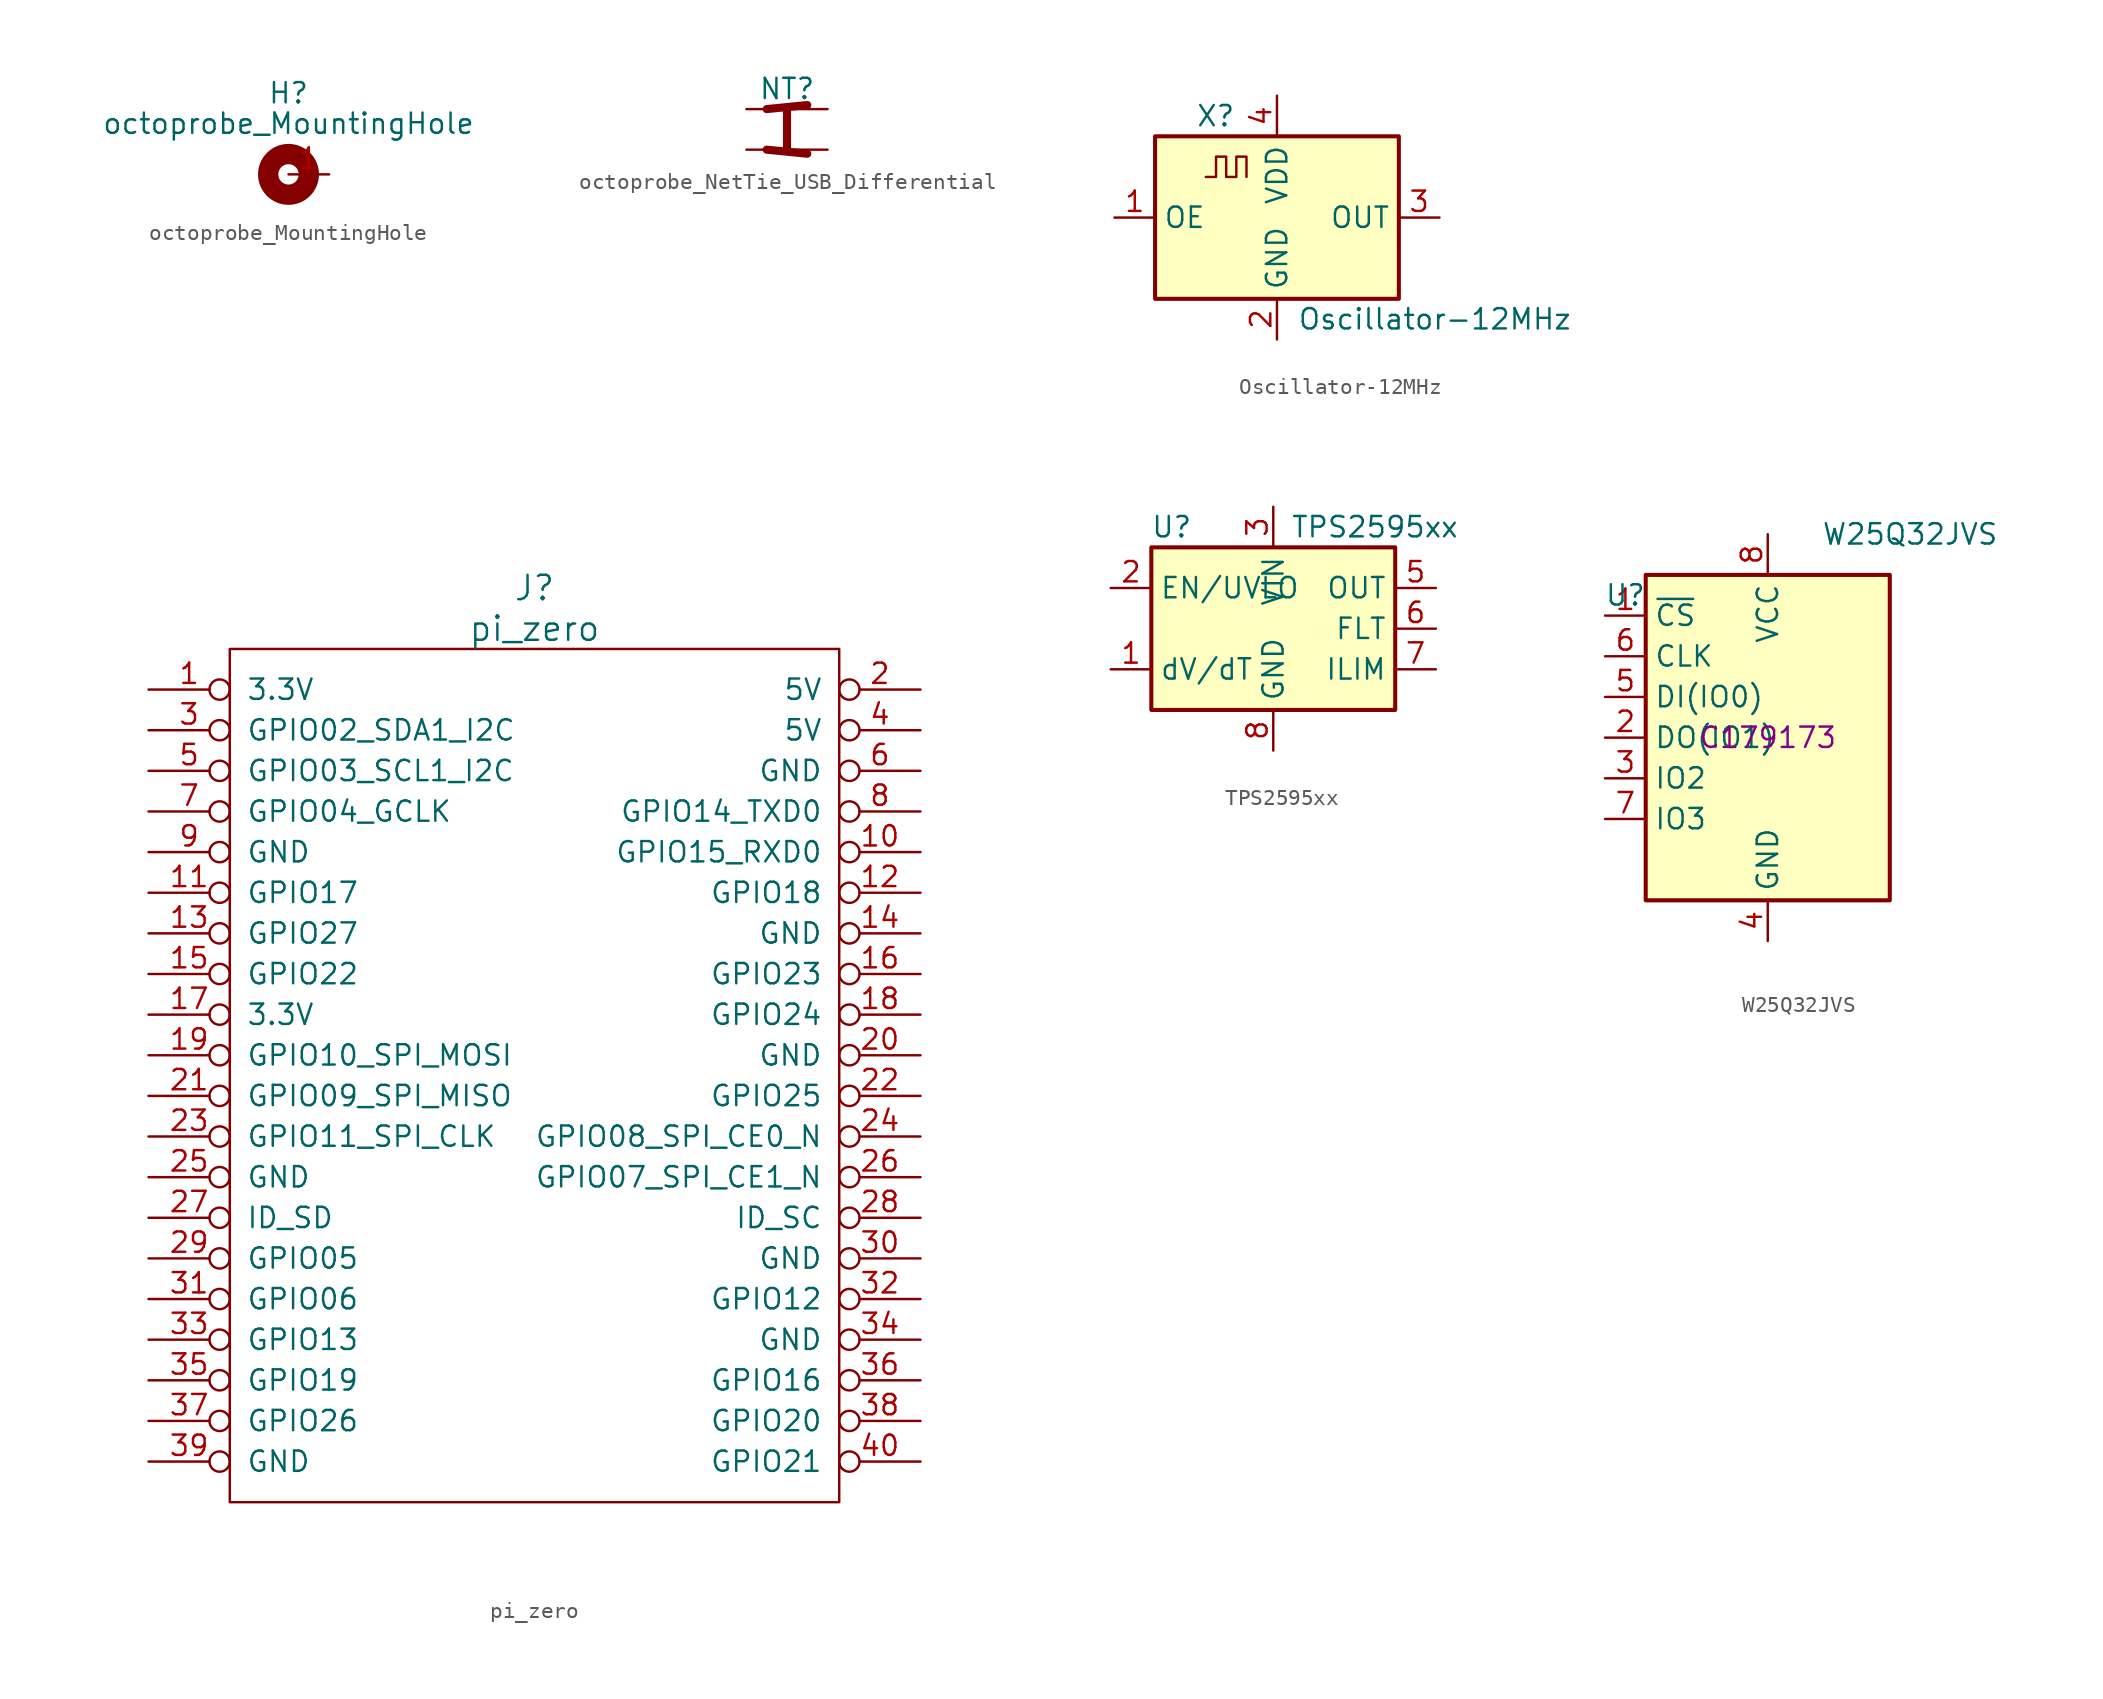
<source format=kicad_sym>
(kicad_symbol_lib
  (version 20241209)
  (generator "kicad_symbol_editor")
  (generator_version "9.0")
  (symbol "octoprobe_MountingHole"
    (pin_names
      (offset 1.016))
    (property "Reference" "H"
      (at 0 5.08 0)
      (effects (font (size 1.27 1.27))))
    (property "Value" "octoprobe_MountingHole"
      (at 0 3.175 0)
      (effects (font (size 1.27 1.27))))
    (symbol "octoprobe_MountingHole_0_0"
      (pin power_in line (at 0 0 0) (length 2.54) (name "" (effects (font (size 1.27 1.27)))) (number "1" (effects (font (size 1.27 1.27))))))
    (symbol "octoprobe_MountingHole_0_1"
      (circle (center 0 0) (radius 1.27) (stroke (width 1.27) (type default)) (fill (type none)))))
  (symbol "octoprobe_NetTie_USB_Differential"
    (pin_numbers
      (hide yes))
    (pin_names
      (offset 0)
      (hide yes))
    (property "Reference" "NT"
      (at 0 1.27 0)
      (effects (font (size 1.27 1.27))))
    (symbol "octoprobe_NetTie_USB_Differential_0_1"
      (polyline (pts (xy -1.27 0) (xy 1.27 0.254)) (stroke (width 0.508) (type default)) (fill (type none)))
      (polyline (pts (xy -1.27 -2.54) (xy 1.27 -2.794)) (stroke (width 0.508) (type default)) (fill (type none)))
      (polyline (pts (xy 0 -2.54) (xy 0 0)) (stroke (width 0.508) (type default)) (fill (type none))))
    (symbol "octoprobe_NetTie_USB_Differential_1_1"
      (pin passive line (at -2.54 0 0) (length 2.54) (name "1" (effects (font (size 1.27 1.27)))) (number "1" (effects (font (size 1.27 1.27)))))
      (pin passive line (at -2.54 -2.54 0) (length 2.54) (name "3" (effects (font (size 1.27 1.27)))) (number "3" (effects (font (size 1.27 1.27)))))
      (pin passive line (at 2.54 0 180) (length 2.54) (name "2" (effects (font (size 1.27 1.27)))) (number "2" (effects (font (size 1.27 1.27)))))
      (pin passive line (at 2.54 -2.54 180) (length 2.54) (name "4" (effects (font (size 1.27 1.27)))) (number "4" (effects (font (size 1.27 1.27)))))))
  (symbol "Oscillator-12MHz"
    (property "Reference" "X"
      (at -5.08 6.35 0)
      (effects (font (size 1.27 1.27)) (justify left)))
    (property "Value" "Oscillator-12MHz"
      (at 1.27 -6.35 0)
      (effects (font (size 1.27 1.27)) (justify left)))
    (symbol "Oscillator-12MHz_0_1"
      (rectangle (start -7.62 5.08) (end 7.62 -5.08) (stroke (width 0.254) (type default)) (fill (type background)))
      (polyline (pts (xy -4.445 2.54) (xy -3.81 2.54) (xy -3.81 3.81) (xy -3.175 3.81) (xy -3.175 2.54) (xy -2.54 2.54) (xy -2.54 3.81) (xy -1.905 3.81) (xy -1.905 2.54)) (stroke (width 0) (type default)) (fill (type none))))
    (symbol "Oscillator-12MHz_1_1"
      (pin input line (at -10.16 0 0) (length 2.54) (name "OE" (effects (font (size 1.27 1.27)))) (number "1" (effects (font (size 1.27 1.27)))))
      (pin power_in line (at 0 7.62 270) (length 2.54) (name "VDD" (effects (font (size 1.27 1.27)))) (number "4" (effects (font (size 1.27 1.27)))))
      (pin power_in line (at 0 -7.62 90) (length 2.54) (name "GND" (effects (font (size 1.27 1.27)))) (number "2" (effects (font (size 1.27 1.27)))))
      (pin output line (at 10.16 0 180) (length 2.54) (name "OUT" (effects (font (size 1.27 1.27)))) (number "3" (effects (font (size 1.27 1.27)))))))
  (symbol "pi_zero"
    (pin_names
      (offset 1.016))
    (property "Reference" "J"
      (at 19.05 6.35 0)
      (effects (font (size 1.524 1.524))))
    (property "Value" "pi_zero"
      (at 19.05 3.81 0)
      (effects (font (size 1.524 1.524))))
    (symbol "pi_zero_0_1"
      (rectangle (start 0 2.54) (end 38.1 -50.8) (stroke (width 0) (type solid)) (fill (type none))))
    (symbol "pi_zero_1_1"
      (pin power_in inverted (at -5.08 0 0) (length 5.08) (name "3.3V" (effects (font (size 1.27 1.27)))) (number "1" (effects (font (size 1.27 1.27)))))
      (pin bidirectional inverted (at -5.08 -2.54 0) (length 5.08) (name "GPIO02_SDA1_I2C" (effects (font (size 1.27 1.27)))) (number "3" (effects (font (size 1.27 1.27)))))
      (pin bidirectional inverted (at -5.08 -5.08 0) (length 5.08) (name "GPIO03_SCL1_I2C" (effects (font (size 1.27 1.27)))) (number "5" (effects (font (size 1.27 1.27)))))
      (pin bidirectional inverted (at -5.08 -7.62 0) (length 5.08) (name "GPIO04_GCLK" (effects (font (size 1.27 1.27)))) (number "7" (effects (font (size 1.27 1.27)))))
      (pin power_in inverted (at -5.08 -10.16 0) (length 5.08) (name "GND" (effects (font (size 1.27 1.27)))) (number "9" (effects (font (size 1.27 1.27)))))
      (pin bidirectional inverted (at -5.08 -12.7 0) (length 5.08) (name "GPIO17" (effects (font (size 1.27 1.27)))) (number "11" (effects (font (size 1.27 1.27)))))
      (pin bidirectional inverted (at -5.08 -15.24 0) (length 5.08) (name "GPIO27" (effects (font (size 1.27 1.27)))) (number "13" (effects (font (size 1.27 1.27)))))
      (pin bidirectional inverted (at -5.08 -17.78 0) (length 5.08) (name "GPIO22" (effects (font (size 1.27 1.27)))) (number "15" (effects (font (size 1.27 1.27)))))
      (pin power_in inverted (at -5.08 -20.32 0) (length 5.08) (name "3.3V" (effects (font (size 1.27 1.27)))) (number "17" (effects (font (size 1.27 1.27)))))
      (pin bidirectional inverted (at -5.08 -22.86 0) (length 5.08) (name "GPIO10_SPI_MOSI" (effects (font (size 1.27 1.27)))) (number "19" (effects (font (size 1.27 1.27)))))
      (pin bidirectional inverted (at -5.08 -25.4 0) (length 5.08) (name "GPIO09_SPI_MISO" (effects (font (size 1.27 1.27)))) (number "21" (effects (font (size 1.27 1.27)))))
      (pin bidirectional inverted (at -5.08 -27.94 0) (length 5.08) (name "GPIO11_SPI_CLK" (effects (font (size 1.27 1.27)))) (number "23" (effects (font (size 1.27 1.27)))))
      (pin power_in inverted (at -5.08 -30.48 0) (length 5.08) (name "GND" (effects (font (size 1.27 1.27)))) (number "25" (effects (font (size 1.27 1.27)))))
      (pin bidirectional inverted (at -5.08 -33.02 0) (length 5.08) (name "ID_SD" (effects (font (size 1.27 1.27)))) (number "27" (effects (font (size 1.27 1.27)))))
      (pin bidirectional inverted (at -5.08 -35.56 0) (length 5.08) (name "GPIO05" (effects (font (size 1.27 1.27)))) (number "29" (effects (font (size 1.27 1.27)))))
      (pin bidirectional inverted (at -5.08 -38.1 0) (length 5.08) (name "GPIO06" (effects (font (size 1.27 1.27)))) (number "31" (effects (font (size 1.27 1.27)))))
      (pin bidirectional inverted (at -5.08 -40.64 0) (length 5.08) (name "GPIO13" (effects (font (size 1.27 1.27)))) (number "33" (effects (font (size 1.27 1.27)))))
      (pin bidirectional inverted (at -5.08 -43.18 0) (length 5.08) (name "GPIO19" (effects (font (size 1.27 1.27)))) (number "35" (effects (font (size 1.27 1.27)))))
      (pin bidirectional inverted (at -5.08 -45.72 0) (length 5.08) (name "GPIO26" (effects (font (size 1.27 1.27)))) (number "37" (effects (font (size 1.27 1.27)))))
      (pin power_in inverted (at -5.08 -48.26 0) (length 5.08) (name "GND" (effects (font (size 1.27 1.27)))) (number "39" (effects (font (size 1.27 1.27)))))
      (pin power_in inverted (at 43.18 0 180) (length 5.08) (name "5V" (effects (font (size 1.27 1.27)))) (number "2" (effects (font (size 1.27 1.27)))))
      (pin power_in inverted (at 43.18 -2.54 180) (length 5.08) (name "5V" (effects (font (size 1.27 1.27)))) (number "4" (effects (font (size 1.27 1.27)))))
      (pin power_in inverted (at 43.18 -5.08 180) (length 5.08) (name "GND" (effects (font (size 1.27 1.27)))) (number "6" (effects (font (size 1.27 1.27)))))
      (pin bidirectional inverted (at 43.18 -7.62 180) (length 5.08) (name "GPIO14_TXD0" (effects (font (size 1.27 1.27)))) (number "8" (effects (font (size 1.27 1.27)))))
      (pin bidirectional inverted (at 43.18 -10.16 180) (length 5.08) (name "GPIO15_RXD0" (effects (font (size 1.27 1.27)))) (number "10" (effects (font (size 1.27 1.27)))))
      (pin bidirectional inverted (at 43.18 -12.7 180) (length 5.08) (name "GPIO18" (effects (font (size 1.27 1.27)))) (number "12" (effects (font (size 1.27 1.27)))))
      (pin power_in inverted (at 43.18 -15.24 180) (length 5.08) (name "GND" (effects (font (size 1.27 1.27)))) (number "14" (effects (font (size 1.27 1.27)))))
      (pin bidirectional inverted (at 43.18 -17.78 180) (length 5.08) (name "GPIO23" (effects (font (size 1.27 1.27)))) (number "16" (effects (font (size 1.27 1.27)))))
      (pin bidirectional inverted (at 43.18 -20.32 180) (length 5.08) (name "GPIO24" (effects (font (size 1.27 1.27)))) (number "18" (effects (font (size 1.27 1.27)))))
      (pin power_in inverted (at 43.18 -22.86 180) (length 5.08) (name "GND" (effects (font (size 1.27 1.27)))) (number "20" (effects (font (size 1.27 1.27)))))
      (pin bidirectional inverted (at 43.18 -25.4 180) (length 5.08) (name "GPIO25" (effects (font (size 1.27 1.27)))) (number "22" (effects (font (size 1.27 1.27)))))
      (pin bidirectional inverted (at 43.18 -27.94 180) (length 5.08) (name "GPIO08_SPI_CE0_N" (effects (font (size 1.27 1.27)))) (number "24" (effects (font (size 1.27 1.27)))))
      (pin bidirectional inverted (at 43.18 -30.48 180) (length 5.08) (name "GPIO07_SPI_CE1_N" (effects (font (size 1.27 1.27)))) (number "26" (effects (font (size 1.27 1.27)))))
      (pin bidirectional inverted (at 43.18 -33.02 180) (length 5.08) (name "ID_SC" (effects (font (size 1.27 1.27)))) (number "28" (effects (font (size 1.27 1.27)))))
      (pin power_in inverted (at 43.18 -35.56 180) (length 5.08) (name "GND" (effects (font (size 1.27 1.27)))) (number "30" (effects (font (size 1.27 1.27)))))
      (pin bidirectional inverted (at 43.18 -38.1 180) (length 5.08) (name "GPIO12" (effects (font (size 1.27 1.27)))) (number "32" (effects (font (size 1.27 1.27)))))
      (pin power_in inverted (at 43.18 -40.64 180) (length 5.08) (name "GND" (effects (font (size 1.27 1.27)))) (number "34" (effects (font (size 1.27 1.27)))))
      (pin bidirectional inverted (at 43.18 -43.18 180) (length 5.08) (name "GPIO16" (effects (font (size 1.27 1.27)))) (number "36" (effects (font (size 1.27 1.27)))))
      (pin bidirectional inverted (at 43.18 -45.72 180) (length 5.08) (name "GPIO20" (effects (font (size 1.27 1.27)))) (number "38" (effects (font (size 1.27 1.27)))))
      (pin bidirectional inverted (at 43.18 -48.26 180) (length 5.08) (name "GPIO21" (effects (font (size 1.27 1.27)))) (number "40" (effects (font (size 1.27 1.27)))))))
  (symbol "TPS2595xx"
    (property "Reference" "U"
      (at -6.35 6.35 0)
      (effects (font (size 1.27 1.27))))
    (property "Value" "TPS2595xx"
      (at 6.35 6.35 0)
      (effects (font (size 1.27 1.27))))
    (symbol "TPS2595xx_0_1"
      (rectangle (start -7.62 5.08) (end 7.62 -5.08) (stroke (width 0.254) (type default)) (fill (type background))))
    (symbol "TPS2595xx_1_0"
      (pin power_in line (at 10.16 -7.62 180) (length 2.54) (hide yes) (name "GND" (effects (font (size 1.27 1.27)))) (number "9" (effects (font (size 1.27 1.27))))))
    (symbol "TPS2595xx_1_1"
      (pin input line (at -10.16 2.54 0) (length 2.54) (name "EN/UVLO" (effects (font (size 1.27 1.27)))) (number "2" (effects (font (size 1.27 1.27)))))
      (pin input line (at -10.16 -2.54 0) (length 2.54) (name "dV/dT" (effects (font (size 1.27 1.27)))) (number "1" (effects (font (size 1.27 1.27)))))
      (pin power_in line (at 0 7.62 270) (length 2.54) (name "VIN" (effects (font (size 1.27 1.27)))) (number "3" (effects (font (size 1.27 1.27)))))
      (pin passive line (at 0 7.62 270) (length 2.54) (hide yes) (name "VIN" (effects (font (size 1.27 1.27)))) (number "4" (effects (font (size 1.27 1.27)))))
      (pin power_in line (at 0 -7.62 90) (length 2.54) (name "GND" (effects (font (size 1.27 1.27)))) (number "8" (effects (font (size 1.27 1.27)))))
      (pin power_out line (at 10.16 2.54 180) (length 2.54) (name "OUT" (effects (font (size 1.27 1.27)))) (number "5" (effects (font (size 1.27 1.27)))))
      (pin output line (at 10.16 0 180) (length 2.54) (name "FLT" (effects (font (size 1.27 1.27)))) (number "6" (effects (font (size 1.27 1.27)))))
      (pin output line (at 10.16 -2.54 180) (length 2.54) (name "ILIM" (effects (font (size 1.27 1.27)))) (number "7" (effects (font (size 1.27 1.27)))))))
  (symbol "W25Q32JVS"
    (property "Reference" "U"
      (at -8.89 8.89 0)
      (effects (font (size 1.27 1.27))))
    (property "Value" "W25Q32JVS"
      (at 8.89 12.7 0)
      (effects (font (size 1.27 1.27))))
    (property "JLC" "C179173"
      (at 0 0 0)
      (effects (font (size 1.27 1.27))))
    (symbol "W25Q32JVS_0_1"
      (rectangle (start -7.62 10.16) (end 7.62 -10.16) (stroke (width 0.254) (type default)) (fill (type background))))
    (symbol "W25Q32JVS_1_1"
      (pin input line (at -10.16 7.62 0) (length 2.54) (name "~{CS}" (effects (font (size 1.27 1.27)))) (number "1" (effects (font (size 1.27 1.27)))))
      (pin input line (at -10.16 5.08 0) (length 2.54) (name "CLK" (effects (font (size 1.27 1.27)))) (number "6" (effects (font (size 1.27 1.27)))))
      (pin bidirectional line (at -10.16 2.54 0) (length 2.54) (name "DI(IO0)" (effects (font (size 1.27 1.27)))) (number "5" (effects (font (size 1.27 1.27)))))
      (pin bidirectional line (at -10.16 0 0) (length 2.54) (name "DO(IO1)" (effects (font (size 1.27 1.27)))) (number "2" (effects (font (size 1.27 1.27)))))
      (pin bidirectional line (at -10.16 -2.54 0) (length 2.54) (name "IO2" (effects (font (size 1.27 1.27)))) (number "3" (effects (font (size 1.27 1.27)))))
      (pin bidirectional line (at -10.16 -5.08 0) (length 2.54) (name "IO3" (effects (font (size 1.27 1.27)))) (number "7" (effects (font (size 1.27 1.27)))))
      (pin power_in line (at 0 12.7 270) (length 2.54) (name "VCC" (effects (font (size 1.27 1.27)))) (number "8" (effects (font (size 1.27 1.27)))))
      (pin power_in line (at 0 -12.7 90) (length 2.54) (name "GND" (effects (font (size 1.27 1.27)))) (number "4" (effects (font (size 1.27 1.27))))))))
</source>
